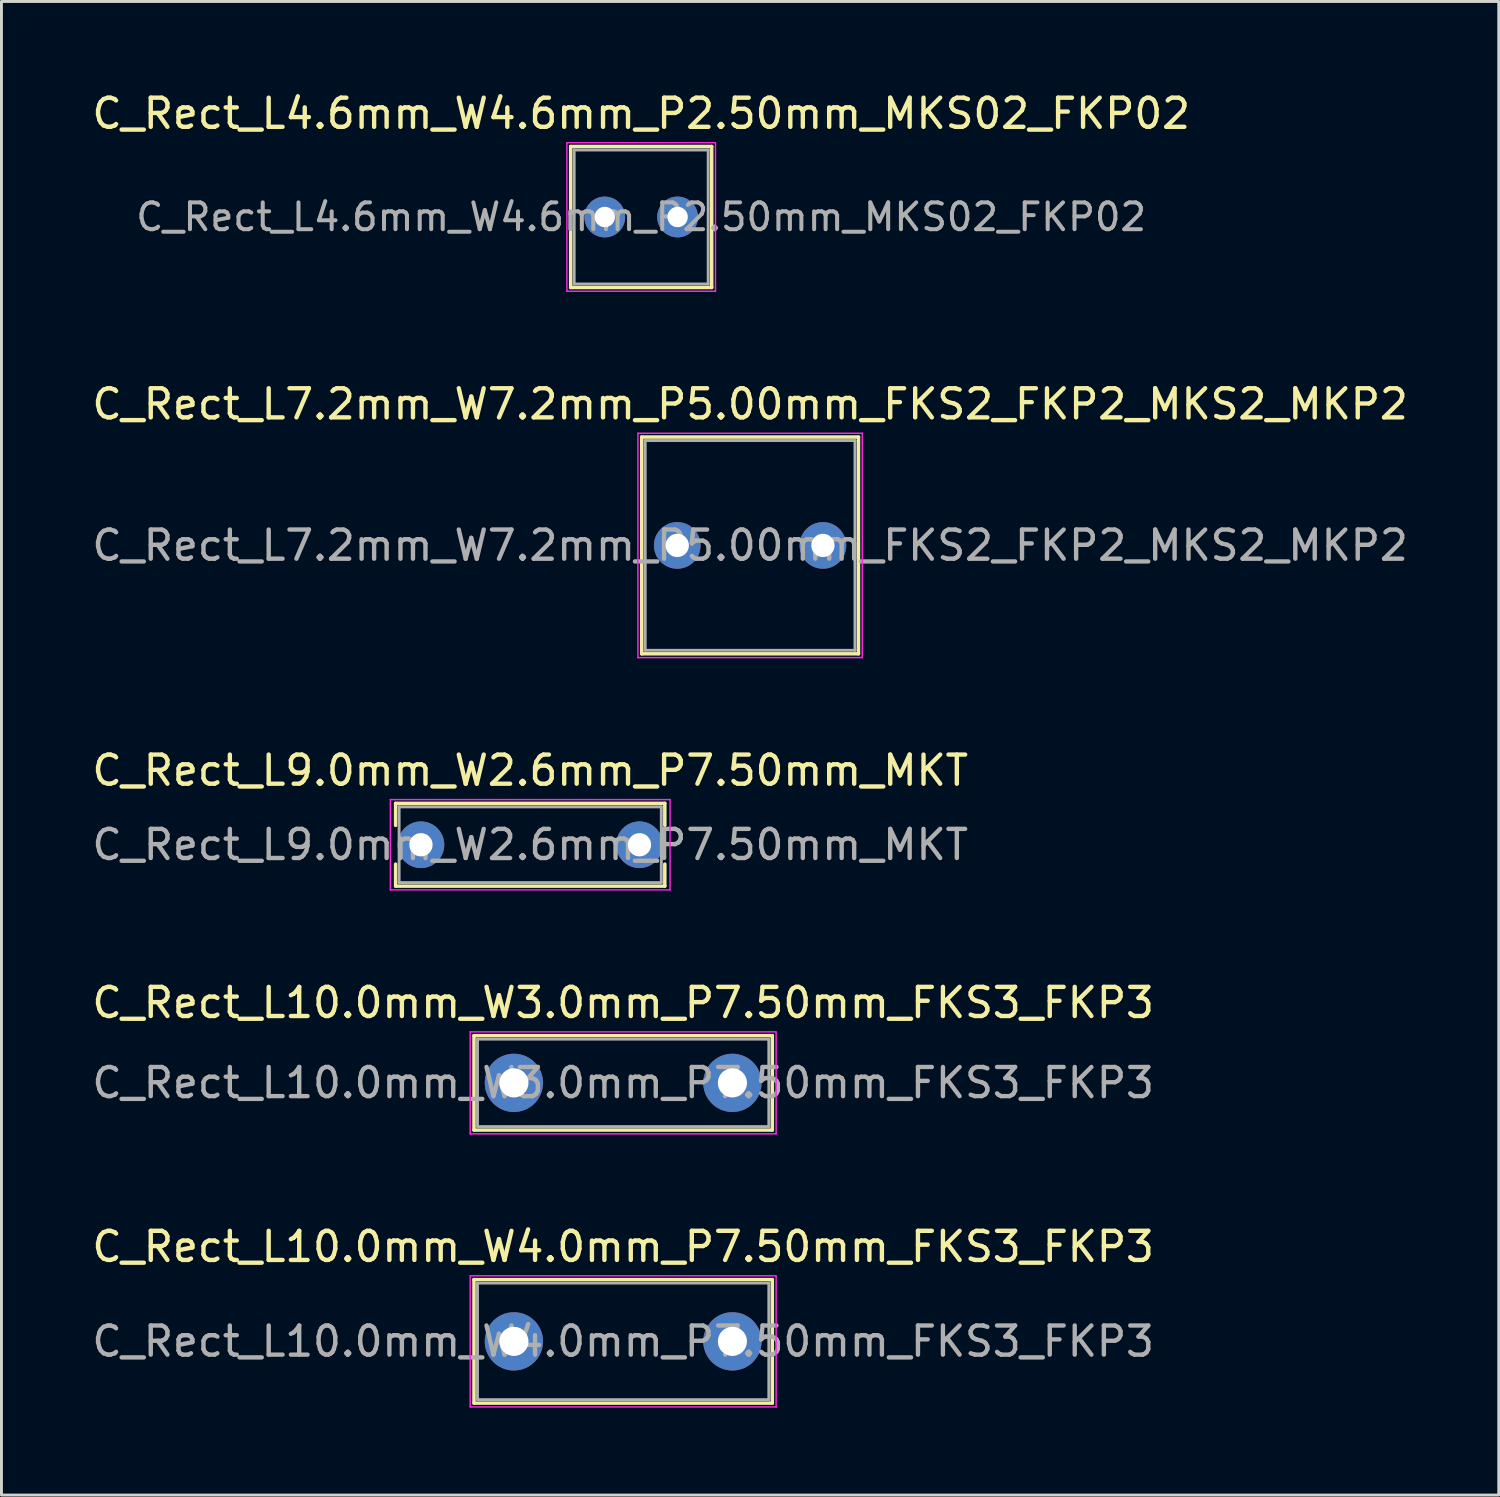
<source format=kicad_pcb>
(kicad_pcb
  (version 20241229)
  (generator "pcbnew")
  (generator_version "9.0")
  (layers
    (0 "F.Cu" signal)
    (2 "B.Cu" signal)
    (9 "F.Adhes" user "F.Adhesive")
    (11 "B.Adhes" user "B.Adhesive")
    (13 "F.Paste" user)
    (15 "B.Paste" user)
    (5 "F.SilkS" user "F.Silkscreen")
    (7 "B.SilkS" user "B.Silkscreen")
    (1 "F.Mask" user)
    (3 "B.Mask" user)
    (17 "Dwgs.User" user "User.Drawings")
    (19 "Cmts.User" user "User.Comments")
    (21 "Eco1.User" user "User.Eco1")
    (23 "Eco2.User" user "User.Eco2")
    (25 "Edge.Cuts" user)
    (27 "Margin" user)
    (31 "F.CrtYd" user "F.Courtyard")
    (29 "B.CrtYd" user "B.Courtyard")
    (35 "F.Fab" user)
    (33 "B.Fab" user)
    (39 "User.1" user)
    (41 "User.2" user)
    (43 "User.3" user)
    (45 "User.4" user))
  (footprint "C_Rect_L7.2mm_W7.2mm_P5.00mm_FKS2_FKP2_MKS2_MKP2"
    (layer "F.Cu")
    (at 20.196 15.671)
    (property "Reference" "C_Rect_L7.2mm_W7.2mm_P5.00mm_FKS2_FKP2_MKS2_MKP2" (at 2.5 -4.85 0) (layer "F.SilkS") (effects (font (size 1 1) (thickness 0.15))))
    (attr through_hole)
    (fp_line (start -1.22 -3.72) (end -1.22 3.72) (stroke (width 0.12) (type solid)) (layer "F.SilkS"))
    (fp_line (start -1.22 -3.72) (end 6.22 -3.72) (stroke (width 0.12) (type solid)) (layer "F.SilkS"))
    (fp_line (start -1.22 3.72) (end 6.22 3.72) (stroke (width 0.12) (type solid)) (layer "F.SilkS"))
    (fp_line (start 6.22 -3.72) (end 6.22 3.72) (stroke (width 0.12) (type solid)) (layer "F.SilkS"))
    (fp_line (start -1.35 -3.85) (end -1.35 3.85) (stroke (width 0.05) (type solid)) (layer "F.CrtYd"))
    (fp_line (start -1.35 3.85) (end 6.35 3.85) (stroke (width 0.05) (type solid)) (layer "F.CrtYd"))
    (fp_line (start 6.35 -3.85) (end -1.35 -3.85) (stroke (width 0.05) (type solid)) (layer "F.CrtYd"))
    (fp_line (start 6.35 3.85) (end 6.35 -3.85) (stroke (width 0.05) (type solid)) (layer "F.CrtYd"))
    (fp_line (start -1.1 -3.6) (end -1.1 3.6) (stroke (width 0.1) (type solid)) (layer "F.Fab"))
    (fp_line (start -1.1 3.6) (end 6.1 3.6) (stroke (width 0.1) (type solid)) (layer "F.Fab"))
    (fp_line (start 6.1 -3.6) (end -1.1 -3.6) (stroke (width 0.1) (type solid)) (layer "F.Fab"))
    (fp_line (start 6.1 3.6) (end 6.1 -3.6) (stroke (width 0.1) (type solid)) (layer "F.Fab"))
    (fp_text user "${REFERENCE}" (at 2.5 0 0) (layer "F.Fab") (effects (font (size 1 1) (thickness 0.15))))
    (pad "1" thru_hole circle (at 0 0) (size 1.6 1.6) (drill 0.8) (layers "*.Cu" "*.Mask"))
    (pad "2" thru_hole circle (at 5 0) (size 1.6 1.6) (drill 0.8) (layers "*.Cu" "*.Mask")))
  (footprint "C_Rect_L9.0mm_W2.6mm_P7.50mm_MKT"
    (layer "F.Cu")
    (at 11.399 25.945)
    (property "Reference" "C_Rect_L9.0mm_W2.6mm_P7.50mm_MKT" (at 3.75 -2.55 0) (layer "F.SilkS") (effects (font (size 1 1) (thickness 0.15))))
    (attr through_hole)
    (fp_line (start -0.87 -1.42) (end -0.87 -0.665) (stroke (width 0.12) (type solid)) (layer "F.SilkS"))
    (fp_line (start -0.87 -1.42) (end 8.37 -1.42) (stroke (width 0.12) (type solid)) (layer "F.SilkS"))
    (fp_line (start -0.87 0.665) (end -0.87 1.42) (stroke (width 0.12) (type solid)) (layer "F.SilkS"))
    (fp_line (start -0.87 1.42) (end 8.37 1.42) (stroke (width 0.12) (type solid)) (layer "F.SilkS"))
    (fp_line (start 8.37 -1.42) (end 8.37 -0.665) (stroke (width 0.12) (type solid)) (layer "F.SilkS"))
    (fp_line (start 8.37 0.665) (end 8.37 1.42) (stroke (width 0.12) (type solid)) (layer "F.SilkS"))
    (fp_line (start -1.05 -1.55) (end -1.05 1.55) (stroke (width 0.05) (type solid)) (layer "F.CrtYd"))
    (fp_line (start -1.05 1.55) (end 8.55 1.55) (stroke (width 0.05) (type solid)) (layer "F.CrtYd"))
    (fp_line (start 8.55 -1.55) (end -1.05 -1.55) (stroke (width 0.05) (type solid)) (layer "F.CrtYd"))
    (fp_line (start 8.55 1.55) (end 8.55 -1.55) (stroke (width 0.05) (type solid)) (layer "F.CrtYd"))
    (fp_line (start -0.75 -1.3) (end -0.75 1.3) (stroke (width 0.1) (type solid)) (layer "F.Fab"))
    (fp_line (start -0.75 1.3) (end 8.25 1.3) (stroke (width 0.1) (type solid)) (layer "F.Fab"))
    (fp_line (start 8.25 -1.3) (end -0.75 -1.3) (stroke (width 0.1) (type solid)) (layer "F.Fab"))
    (fp_line (start 8.25 1.3) (end 8.25 -1.3) (stroke (width 0.1) (type solid)) (layer "F.Fab"))
    (fp_text user "${REFERENCE}" (at 3.75 0 0) (layer "F.Fab") (effects (font (size 1 1) (thickness 0.15))))
    (pad "1" thru_hole circle (at 0 0) (size 1.6 1.6) (drill 0.8) (layers "*.Cu" "*.Mask"))
    (pad "2" thru_hole circle (at 7.5 0) (size 1.6 1.6) (drill 0.8) (layers "*.Cu" "*.Mask")))
  (footprint "C_Rect_L4.6mm_W4.6mm_P2.50mm_MKS02_FKP02"
    (layer "F.Cu")
    (at 17.708 4.398)
    (property "Reference" "C_Rect_L4.6mm_W4.6mm_P2.50mm_MKS02_FKP02" (at 1.25 -3.55 0) (layer "F.SilkS") (effects (font (size 1 1) (thickness 0.15))))
    (attr through_hole)
    (fp_line (start -1.17 -2.42) (end -1.17 2.42) (stroke (width 0.12) (type solid)) (layer "F.SilkS"))
    (fp_line (start -1.17 -2.42) (end 3.67 -2.42) (stroke (width 0.12) (type solid)) (layer "F.SilkS"))
    (fp_line (start -1.17 2.42) (end 3.67 2.42) (stroke (width 0.12) (type solid)) (layer "F.SilkS"))
    (fp_line (start 3.67 -2.42) (end 3.67 2.42) (stroke (width 0.12) (type solid)) (layer "F.SilkS"))
    (fp_line (start -1.3 -2.55) (end -1.3 2.55) (stroke (width 0.05) (type solid)) (layer "F.CrtYd"))
    (fp_line (start -1.3 2.55) (end 3.8 2.55) (stroke (width 0.05) (type solid)) (layer "F.CrtYd"))
    (fp_line (start 3.8 -2.55) (end -1.3 -2.55) (stroke (width 0.05) (type solid)) (layer "F.CrtYd"))
    (fp_line (start 3.8 2.55) (end 3.8 -2.55) (stroke (width 0.05) (type solid)) (layer "F.CrtYd"))
    (fp_line (start -1.05 -2.3) (end -1.05 2.3) (stroke (width 0.1) (type solid)) (layer "F.Fab"))
    (fp_line (start -1.05 2.3) (end 3.55 2.3) (stroke (width 0.1) (type solid)) (layer "F.Fab"))
    (fp_line (start 3.55 -2.3) (end -1.05 -2.3) (stroke (width 0.1) (type solid)) (layer "F.Fab"))
    (fp_line (start 3.55 2.3) (end 3.55 -2.3) (stroke (width 0.1) (type solid)) (layer "F.Fab"))
    (fp_text user "${REFERENCE}" (at 1.25 0 0) (layer "F.Fab") (effects (font (size 0.92 0.92) (thickness 0.138))))
    (pad "1" thru_hole circle (at 0 0) (size 1.4 1.4) (drill 0.7) (layers "*.Cu" "*.Mask"))
    (pad "2" thru_hole circle (at 2.5 0) (size 1.4 1.4) (drill 0.7) (layers "*.Cu" "*.Mask")))
  (footprint "C_Rect_L10.0mm_W4.0mm_P7.50mm_FKS3_FKP3"
    (layer "F.Cu")
    (at 14.589 42.991)
    (property "Reference" "C_Rect_L10.0mm_W4.0mm_P7.50mm_FKS3_FKP3" (at 3.75 -3.25 0) (layer "F.SilkS") (effects (font (size 1 1) (thickness 0.15))))
    (attr through_hole)
    (fp_line (start -1.37 -2.12) (end -1.37 2.12) (stroke (width 0.12) (type solid)) (layer "F.SilkS"))
    (fp_line (start -1.37 -2.12) (end 8.87 -2.12) (stroke (width 0.12) (type solid)) (layer "F.SilkS"))
    (fp_line (start -1.37 2.12) (end 8.87 2.12) (stroke (width 0.12) (type solid)) (layer "F.SilkS"))
    (fp_line (start 8.87 -2.12) (end 8.87 2.12) (stroke (width 0.12) (type solid)) (layer "F.SilkS"))
    (fp_line (start -1.5 -2.25) (end -1.5 2.25) (stroke (width 0.05) (type solid)) (layer "F.CrtYd"))
    (fp_line (start -1.5 2.25) (end 9 2.25) (stroke (width 0.05) (type solid)) (layer "F.CrtYd"))
    (fp_line (start 9 -2.25) (end -1.5 -2.25) (stroke (width 0.05) (type solid)) (layer "F.CrtYd"))
    (fp_line (start 9 2.25) (end 9 -2.25) (stroke (width 0.05) (type solid)) (layer "F.CrtYd"))
    (fp_line (start -1.25 -2) (end -1.25 2) (stroke (width 0.1) (type solid)) (layer "F.Fab"))
    (fp_line (start -1.25 2) (end 8.75 2) (stroke (width 0.1) (type solid)) (layer "F.Fab"))
    (fp_line (start 8.75 -2) (end -1.25 -2) (stroke (width 0.1) (type solid)) (layer "F.Fab"))
    (fp_line (start 8.75 2) (end 8.75 -2) (stroke (width 0.1) (type solid)) (layer "F.Fab"))
    (fp_text user "${REFERENCE}" (at 3.75 0 0) (layer "F.Fab") (effects (font (size 1 1) (thickness 0.15))))
    (pad "1" thru_hole circle (at 0 0) (size 2 2) (drill 1) (layers "*.Cu" "*.Mask"))
    (pad "2" thru_hole circle (at 7.5 0) (size 2 2) (drill 1) (layers "*.Cu" "*.Mask")))
  (footprint "C_Rect_L10.0mm_W3.0mm_P7.50mm_FKS3_FKP3"
    (layer "F.Cu")
    (at 14.589 34.118)
    (property "Reference" "C_Rect_L10.0mm_W3.0mm_P7.50mm_FKS3_FKP3" (at 3.75 -2.75 0) (layer "F.SilkS") (effects (font (size 1 1) (thickness 0.15))))
    (attr through_hole)
    (fp_line (start -1.37 -1.62) (end -1.37 1.62) (stroke (width 0.12) (type solid)) (layer "F.SilkS"))
    (fp_line (start -1.37 -1.62) (end 8.87 -1.62) (stroke (width 0.12) (type solid)) (layer "F.SilkS"))
    (fp_line (start -1.37 1.62) (end 8.87 1.62) (stroke (width 0.12) (type solid)) (layer "F.SilkS"))
    (fp_line (start 8.87 -1.62) (end 8.87 1.62) (stroke (width 0.12) (type solid)) (layer "F.SilkS"))
    (fp_line (start -1.5 -1.75) (end -1.5 1.75) (stroke (width 0.05) (type solid)) (layer "F.CrtYd"))
    (fp_line (start -1.5 1.75) (end 9 1.75) (stroke (width 0.05) (type solid)) (layer "F.CrtYd"))
    (fp_line (start 9 -1.75) (end -1.5 -1.75) (stroke (width 0.05) (type solid)) (layer "F.CrtYd"))
    (fp_line (start 9 1.75) (end 9 -1.75) (stroke (width 0.05) (type solid)) (layer "F.CrtYd"))
    (fp_line (start -1.25 -1.5) (end -1.25 1.5) (stroke (width 0.1) (type solid)) (layer "F.Fab"))
    (fp_line (start -1.25 1.5) (end 8.75 1.5) (stroke (width 0.1) (type solid)) (layer "F.Fab"))
    (fp_line (start 8.75 -1.5) (end -1.25 -1.5) (stroke (width 0.1) (type solid)) (layer "F.Fab"))
    (fp_line (start 8.75 1.5) (end 8.75 -1.5) (stroke (width 0.1) (type solid)) (layer "F.Fab"))
    (fp_text user "${REFERENCE}" (at 3.75 0 0) (layer "F.Fab") (effects (font (size 1 1) (thickness 0.15))))
    (pad "1" thru_hole circle (at 0 0) (size 2 2) (drill 1) (layers "*.Cu" "*.Mask"))
    (pad "2" thru_hole circle (at 7.5 0) (size 2 2) (drill 1) (layers "*.Cu" "*.Mask")))
  (gr_rect
    (start -3 -3)
    (end 48.393 48.266)
    (stroke (width 0.1) (type default))
    (fill no)
    (layer "Edge.Cuts")))
</source>
